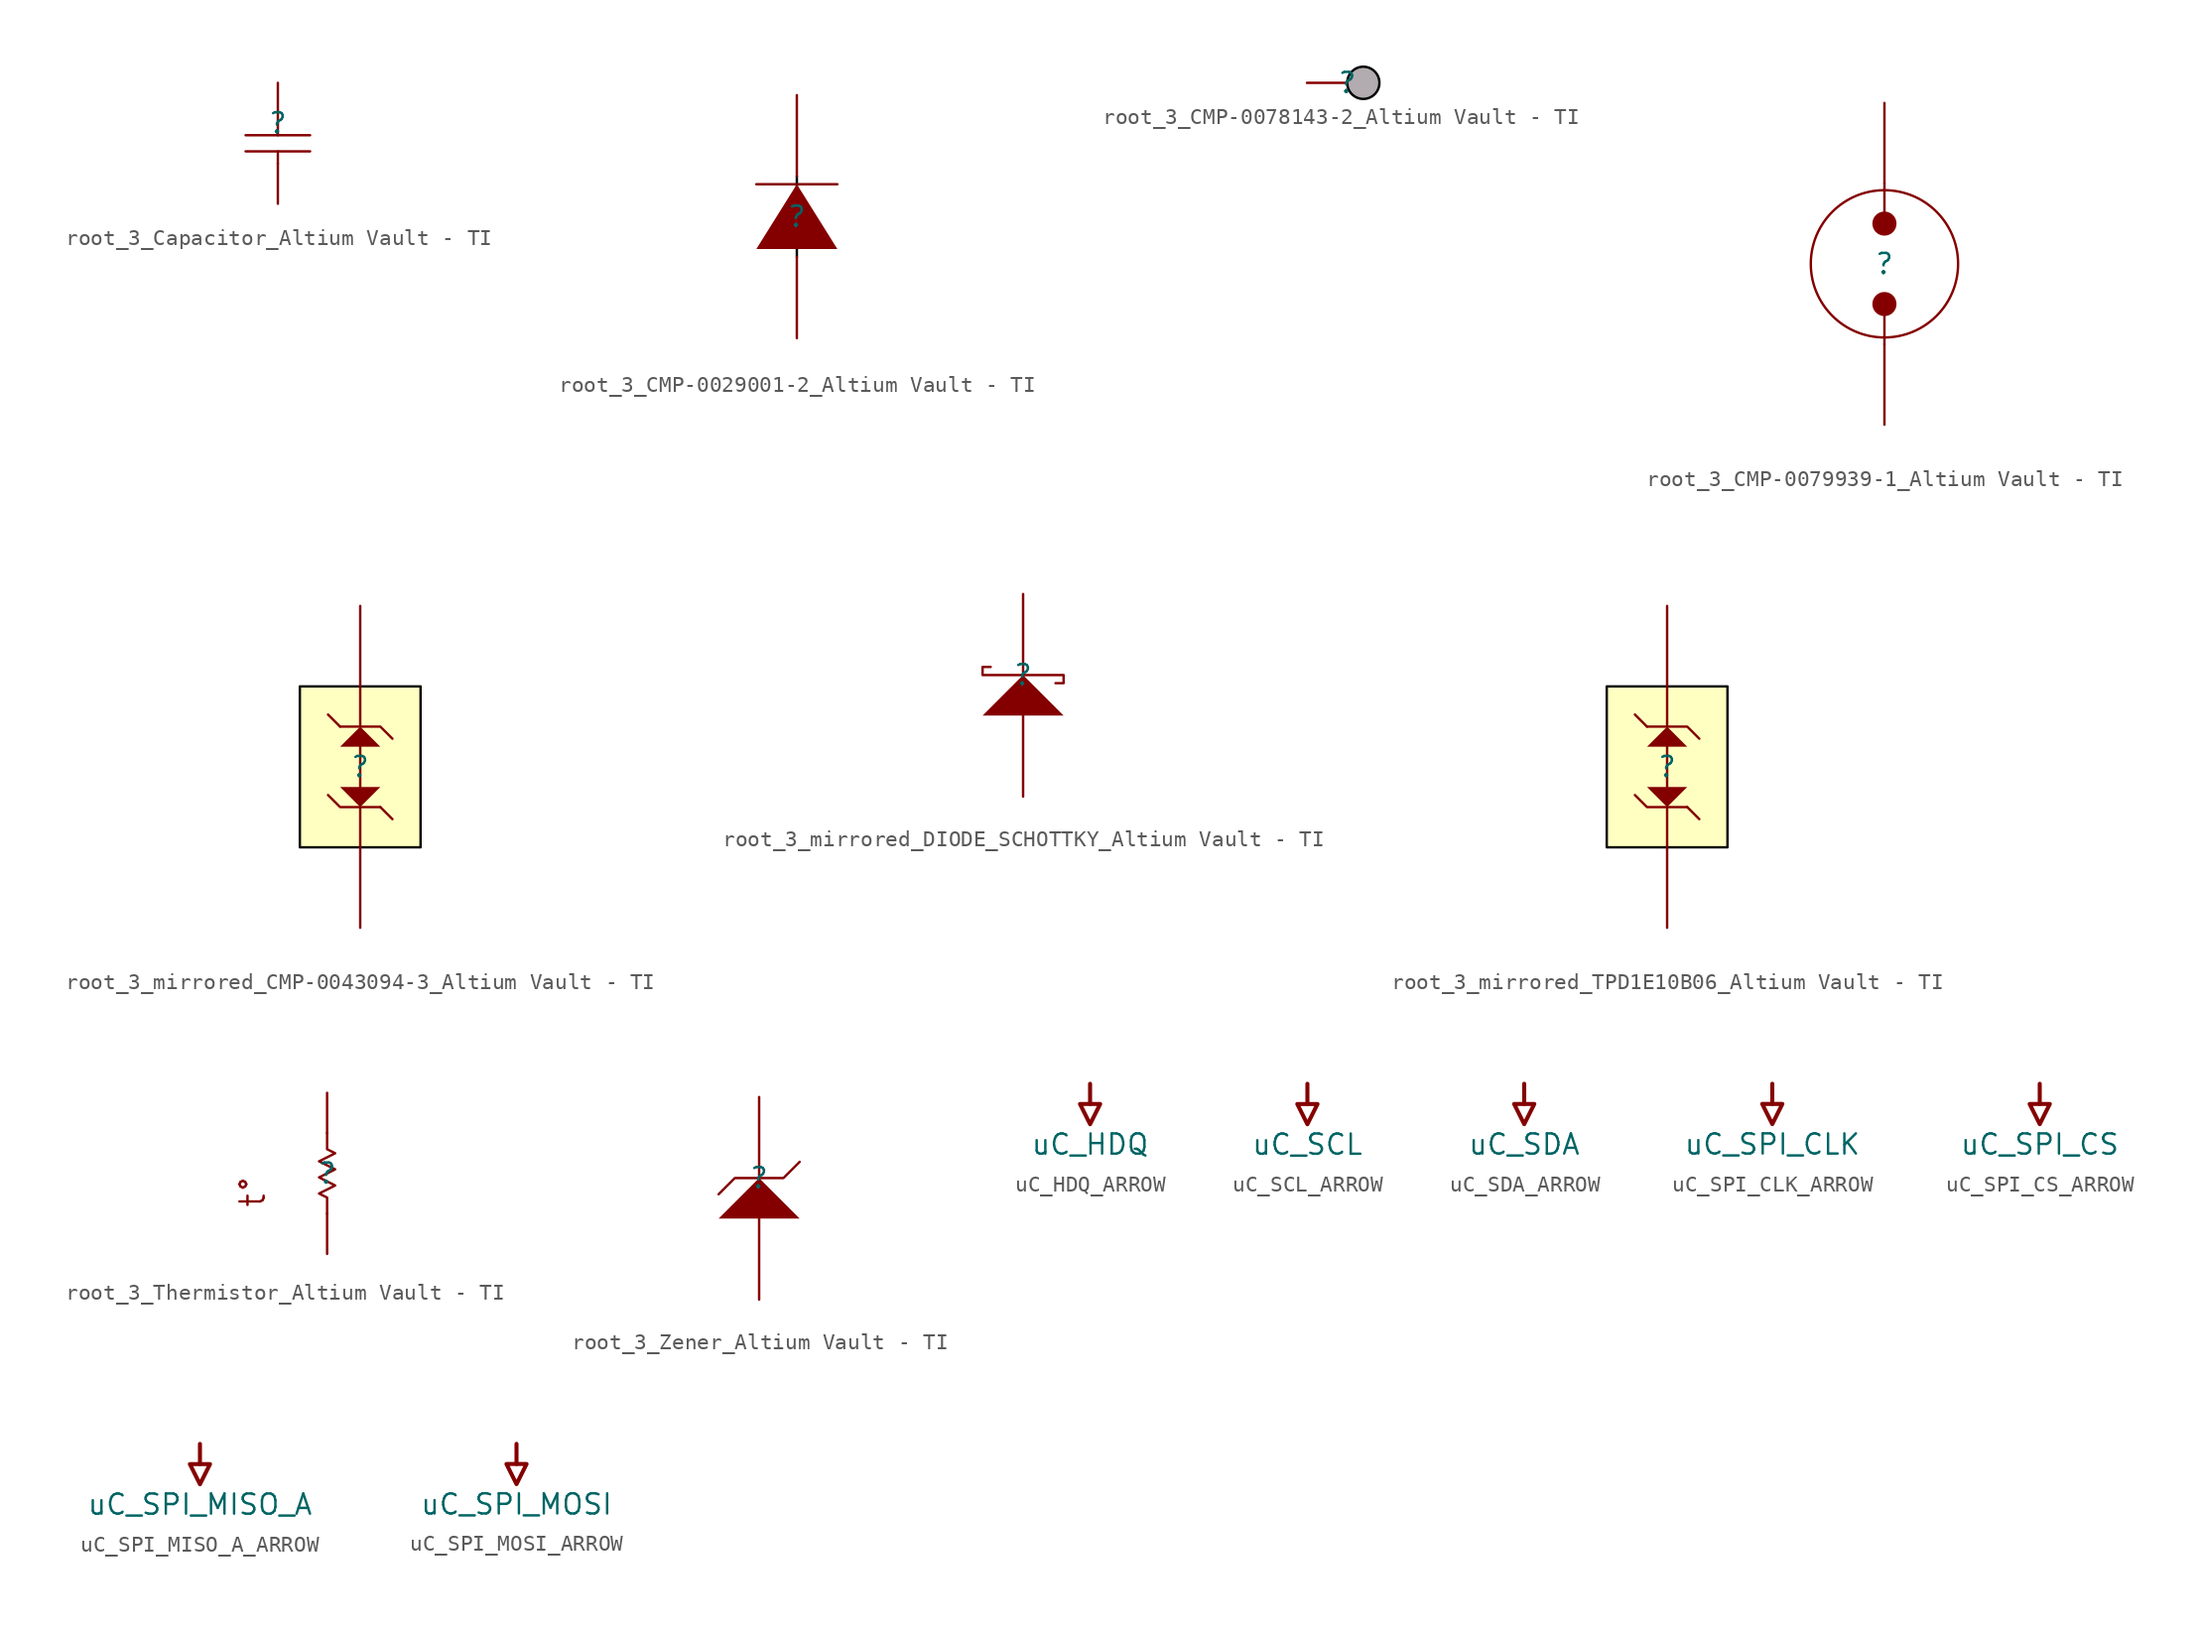
<source format=kicad_sym>
(kicad_symbol_lib
  (version 20241209)
  (generator "kicad_symbol_editor")
  (generator_version "9.0")
  (symbol "root_3_Capacitor_Altium Vault - TI"
    (pin_numbers
      (hide yes))
    (pin_names
      (hide yes))
    (property "Reference" ""
      (at 0 0 0)
      (effects (font (size 1.27 1.27))))
    (property "Value" ""
      (at 0 0 0)
      (effects (font (size 1.27 1.27))))
    (symbol "root_3_Capacitor_Altium Vault - TI_1_0"
      (polyline (pts (xy 0 0) (xy 0 -0.762)) (stroke (width 0) (type solid)) (fill (type none)))
      (polyline (pts (xy 0 -2.54) (xy 0 -1.778)) (stroke (width 0) (type solid)) (fill (type none)))
      (polyline (pts (xy 2.032 -0.762) (xy -2.032 -0.762)) (stroke (width 0) (type solid)) (fill (type none)))
      (polyline (pts (xy 2.032 -1.778) (xy -2.032 -1.778)) (stroke (width 0) (type solid)) (fill (type none)))
      (pin passive line (at 0 2.54 270) (length 2.54) (name "2" (effects (font (size 1.27 1.27)))) (number "2" (effects (font (size 1.27 1.27)))))
      (pin passive line (at 0 -5.08 90) (length 2.54) (name "1" (effects (font (size 1.27 1.27)))) (number "1" (effects (font (size 1.27 1.27)))))))
  (symbol "root_3_CMP-0029001-2_Altium Vault - TI"
    (pin_numbers
      (hide yes))
    (pin_names
      (hide yes))
    (property "Reference" ""
      (at 0 0 0)
      (effects (font (size 1.27 1.27))))
    (property "Value" ""
      (at 0 0 0)
      (effects (font (size 1.27 1.27))))
    (symbol "root_3_CMP-0029001-2_Altium Vault - TI_1_0"
      (polyline (pts (xy 0 2.54) (xy 0 -2.54)) (stroke (width 0) (type solid) (color 0 0 0 1)) (fill (type none)))
      (polyline (pts (xy 2.54 2.032) (xy -2.54 2.032)) (stroke (width 0) (type solid)) (fill (type none)))
      (polyline (pts (xy 2.54 -2.032) (xy 0 2.032) (xy -2.54 -2.032) (xy 2.54 -2.032)) (stroke (width -0.0001) (type solid)) (fill (type outline)))
      (pin passive line (at 0 7.62 270) (length 5.08) (name "K" (effects (font (size 1.27 1.27)))) (number "1" (effects (font (size 1.27 1.27)))))
      (pin passive line (at 0 -7.62 90) (length 5.08) (name "A" (effects (font (size 1.27 1.27)))) (number "2" (effects (font (size 1.27 1.27)))))))
  (symbol "root_3_CMP-0078143-2_Altium Vault - TI"
    (pin_numbers
      (hide yes))
    (pin_names
      (hide yes))
    (property "Reference" ""
      (at 0 0 0)
      (effects (font (size 1.27 1.27))))
    (property "Value" ""
      (at 0 0 0)
      (effects (font (size 1.27 1.27))))
    (symbol "root_3_CMP-0078143-2_Altium Vault - TI_1_0"
      (circle (center 1.016 0) (radius 1.016) (stroke (width 0) (type solid) (color 0 0 0 1)) (fill (type color) (color 178 172 176 1)))
      (pin passive line (at -2.54 0 0) (length 2.54) (name "" (effects (font (size 1.27 1.27)))) (number "1" (effects (font (size 1.27 1.27)))))))
  (symbol "root_3_CMP-0079939-1_Altium Vault - TI"
    (pin_numbers
      (hide yes))
    (pin_names
      (hide yes))
    (property "Reference" ""
      (at 0 0 0)
      (effects (font (size 1.27 1.27))))
    (property "Value" ""
      (at 0 0 0)
      (effects (font (size 1.27 1.27))))
    (symbol "root_3_CMP-0079939-1_Altium Vault - TI_1_0"
      (polyline (pts (xy 0 5.08) (xy 0 2.54)) (stroke (width 0) (type solid)) (fill (type none)))
      (circle (center 0 2.54) (radius 0.762) (stroke (width -0.0001) (type solid)) (fill (type outline)))
      (circle (center 0 0) (radius 4.649) (stroke (width 0) (type solid)) (fill (type none)))
      (polyline (pts (xy 0 -2.54) (xy 0 -5.08)) (stroke (width 0) (type solid)) (fill (type none)))
      (circle (center 0 -2.54) (radius 0.762) (stroke (width -0.0001) (type solid)) (fill (type outline)))
      (pin passive line (at 0 10.16 270) (length 5.08) (name "1" (effects (font (size 1.27 1.27)))) (number "1" (effects (font (size 1.27 1.27)))))
      (pin passive line (at 0 -10.16 90) (length 5.08) (name "2" (effects (font (size 1.27 1.27)))) (number "2" (effects (font (size 1.27 1.27)))))))
  (symbol "root_3_mirrored_CMP-0043094-3_Altium Vault - TI"
    (pin_numbers
      (hide yes))
    (pin_names
      (hide yes))
    (property "Reference" ""
      (at 0 0 0)
      (effects (font (size 1.27 1.27))))
    (property "Value" ""
      (at 0 0 0)
      (effects (font (size 1.27 1.27))))
    (symbol "root_3_mirrored_CMP-0043094-3_Altium Vault - TI_1_0"
      (polyline (pts (xy -1.27 2.54) (xy -2.032 3.302)) (stroke (width 0) (type solid)) (fill (type none)))
      (polyline (pts (xy -1.27 2.54) (xy 1.27 2.54) (xy 2.032 1.778)) (stroke (width 0) (type solid)) (fill (type none)))
      (polyline (pts (xy 0 2.54) (xy 0 5.08)) (stroke (width 0) (type solid)) (fill (type none)))
      (polyline (pts (xy 0 2.54) (xy -1.27 1.27) (xy 1.27 1.27) (xy 0 2.54)) (stroke (width -0.0001) (type solid)) (fill (type outline)))
      (polyline (pts (xy 0 -1.27) (xy 0 1.524)) (stroke (width 0) (type solid)) (fill (type none)))
      (polyline (pts (xy 0 -2.54) (xy 0 -5.08)) (stroke (width 0) (type solid)) (fill (type none)))
      (polyline (pts (xy 0 -2.54) (xy 1.27 -1.27) (xy -1.27 -1.27) (xy 0 -2.54)) (stroke (width -0.0001) (type solid)) (fill (type outline)))
      (polyline (pts (xy 1.27 -2.54) (xy 2.032 -3.302)) (stroke (width 0) (type solid)) (fill (type none)))
      (polyline (pts (xy 1.27 -2.54) (xy -1.27 -2.54) (xy -2.032 -1.778)) (stroke (width 0) (type solid)) (fill (type none)))
      (rectangle (start 3.81 5.08) (end -3.81 -5.08) (stroke (width 0) (type solid) (color 0 0 0 1)) (fill (type background)))
      (pin passive line (at 0 10.16 270) (length 5.08) (name "K" (effects (font (size 1.27 1.27)))) (number "1" (effects (font (size 1.27 1.27)))))
      (pin passive line (at 0 -10.16 90) (length 5.08) (name "A" (effects (font (size 1.27 1.27)))) (number "2" (effects (font (size 1.27 1.27)))))))
  (symbol "root_3_mirrored_DIODE_SCHOTTKY_Altium Vault - TI"
    (pin_numbers
      (hide yes))
    (pin_names
      (hide yes))
    (property "Reference" ""
      (at 0 0 0)
      (effects (font (size 1.27 1.27))))
    (property "Value" ""
      (at 0 0 0)
      (effects (font (size 1.27 1.27))))
    (symbol "root_3_mirrored_DIODE_SCHOTTKY_Altium Vault - TI_1_0"
      (polyline (pts (xy -2.54 -2.54) (xy 0 0) (xy 2.54 -2.54) (xy -2.54 -2.54)) (stroke (width -0.0001) (type solid)) (fill (type outline)))
      (polyline (pts (xy -2.032 0.508) (xy -2.54 0.508) (xy -2.54 0) (xy 2.54 0) (xy 2.54 -0.508) (xy 2.032 -0.508)) (stroke (width 0) (type solid)) (fill (type none)))
      (pin passive line (at 0 5.08 270) (length 5.08) (name "K" (effects (font (size 1.27 1.27)))) (number "1" (effects (font (size 1.27 1.27)))))
      (pin passive line (at 0 -7.62 90) (length 5.08) (name "A" (effects (font (size 1.27 1.27)))) (number "2" (effects (font (size 1.27 1.27)))))))
  (symbol "root_3_mirrored_TPD1E10B06_Altium Vault - TI"
    (pin_numbers
      (hide yes))
    (pin_names
      (hide yes))
    (property "Reference" ""
      (at 0 0 0)
      (effects (font (size 1.27 1.27))))
    (property "Value" ""
      (at 0 0 0)
      (effects (font (size 1.27 1.27))))
    (symbol "root_3_mirrored_TPD1E10B06_Altium Vault - TI_1_0"
      (polyline (pts (xy -1.27 2.54) (xy -2.032 3.302)) (stroke (width 0) (type solid)) (fill (type none)))
      (polyline (pts (xy -1.27 2.54) (xy 1.27 2.54) (xy 2.032 1.778)) (stroke (width 0) (type solid)) (fill (type none)))
      (polyline (pts (xy 0 2.54) (xy 0 5.08)) (stroke (width 0) (type solid)) (fill (type none)))
      (polyline (pts (xy 0 2.54) (xy -1.27 1.27) (xy 1.27 1.27) (xy 0 2.54)) (stroke (width -0.0001) (type solid)) (fill (type outline)))
      (polyline (pts (xy 0 -1.27) (xy 0 1.524)) (stroke (width 0) (type solid)) (fill (type none)))
      (polyline (pts (xy 0 -2.54) (xy 0 -5.08)) (stroke (width 0) (type solid)) (fill (type none)))
      (polyline (pts (xy 0 -2.54) (xy 1.27 -1.27) (xy -1.27 -1.27) (xy 0 -2.54)) (stroke (width -0.0001) (type solid)) (fill (type outline)))
      (polyline (pts (xy 1.27 -2.54) (xy 2.032 -3.302)) (stroke (width 0) (type solid)) (fill (type none)))
      (polyline (pts (xy 1.27 -2.54) (xy -1.27 -2.54) (xy -2.032 -1.778)) (stroke (width 0) (type solid)) (fill (type none)))
      (rectangle (start 3.81 5.08) (end -3.81 -5.08) (stroke (width 0) (type solid) (color 0 0 0 1)) (fill (type background)))
      (pin passive line (at 0 10.16 270) (length 5.08) (name "K" (effects (font (size 1.27 1.27)))) (number "1" (effects (font (size 1.27 1.27)))))
      (pin passive line (at 0 -10.16 90) (length 5.08) (name "A" (effects (font (size 1.27 1.27)))) (number "2" (effects (font (size 1.27 1.27)))))))
  (symbol "root_3_Thermistor_Altium Vault - TI"
    (pin_numbers
      (hide yes))
    (pin_names
      (hide yes))
    (property "Reference" ""
      (at 0 0 0)
      (effects (font (size 1.27 1.27))))
    (property "Value" ""
      (at 0 0 0)
      (effects (font (size 1.27 1.27))))
    (symbol "root_3_Thermistor_Altium Vault - TI_1_0"
      (polyline (pts (xy 0 -2.54) (xy 0 -1.524) (xy -0.508 -1.27) (xy 0.508 -0.762) (xy -0.508 -0.254) (xy 0.508 0.254) (xy -0.508 0.762) (xy 0.508 1.27) (xy 0 1.524) (xy 0 2.54)) (stroke (width 0) (type solid)) (fill (type none)))
      (text "t°" (at -3.81 0 900) (effects (font (size 1.524 1.524)) (justify right bottom)))
      (pin passive line (at 0 5.08 270) (length 2.54) (name "1" (effects (font (size 1.27 1.27)))) (number "1" (effects (font (size 1.27 1.27)))))
      (pin passive line (at 0 -5.08 90) (length 2.54) (name "2" (effects (font (size 1.27 1.27)))) (number "2" (effects (font (size 1.27 1.27)))))))
  (symbol "root_3_Zener_Altium Vault - TI"
    (pin_numbers
      (hide yes))
    (pin_names
      (hide yes))
    (property "Reference" ""
      (at 0 0 0)
      (effects (font (size 1.27 1.27))))
    (property "Value" ""
      (at 0 0 0)
      (effects (font (size 1.27 1.27))))
    (symbol "root_3_Zener_Altium Vault - TI_1_0"
      (polyline (pts (xy 2.54 1.016) (xy 1.524 0) (xy -1.524 0) (xy -2.54 -1.016)) (stroke (width 0) (type solid)) (fill (type none)))
      (polyline (pts (xy 2.54 -2.54) (xy 0 0) (xy -2.54 -2.54) (xy 2.54 -2.54)) (stroke (width -0.0001) (type solid)) (fill (type outline)))
      (pin passive line (at 0 5.08 270) (length 5.08) (name "K" (effects (font (size 1.27 1.27)))) (number "1" (effects (font (size 1.27 1.27)))))
      (pin passive line (at 0 -7.62 90) (length 5.08) (name "A" (effects (font (size 1.27 1.27)))) (number "2" (effects (font (size 1.27 1.27)))))))
  (symbol "uC_HDQ_ARROW"
    (power)
    (property "Reference" "#PWR"
      (at 0 0 0)
      (effects (font (size 1.27 1.27)) (hide yes)))
    (property "Value" "uC_HDQ"
      (at 0 -3.81 0)
      (effects (font (size 1.27 1.27))))
    (symbol "uC_HDQ_ARROW_0_0"
      (polyline (pts (xy -0.635 -1.27) (xy 0.635 -1.27) (xy 0 -2.54) (xy -0.635 -1.27)) (stroke (width 0.254) (type solid)) (fill (type none)))
      (polyline (pts (xy 0 0) (xy 0 -1.27)) (stroke (width 0.254) (type solid)) (fill (type none)))
      (pin power_in line (at 0 0 0) (length 0) (hide yes) (name "uC_HDQ" (effects (font (size 1.27 1.27)))) (number "" (effects (font (size 1.27 1.27)))))))
  (symbol "uC_SCL_ARROW"
    (power)
    (property "Reference" "#PWR"
      (at 0 0 0)
      (effects (font (size 1.27 1.27)) (hide yes)))
    (property "Value" "uC_SCL"
      (at 0 -3.81 0)
      (effects (font (size 1.27 1.27))))
    (symbol "uC_SCL_ARROW_0_0"
      (polyline (pts (xy -0.635 -1.27) (xy 0.635 -1.27) (xy 0 -2.54) (xy -0.635 -1.27)) (stroke (width 0.254) (type solid)) (fill (type none)))
      (polyline (pts (xy 0 0) (xy 0 -1.27)) (stroke (width 0.254) (type solid)) (fill (type none)))
      (pin power_in line (at 0 0 0) (length 0) (hide yes) (name "uC_SCL" (effects (font (size 1.27 1.27)))) (number "" (effects (font (size 1.27 1.27)))))))
  (symbol "uC_SDA_ARROW"
    (power)
    (property "Reference" "#PWR"
      (at 0 0 0)
      (effects (font (size 1.27 1.27)) (hide yes)))
    (property "Value" "uC_SDA"
      (at 0 -3.81 0)
      (effects (font (size 1.27 1.27))))
    (symbol "uC_SDA_ARROW_0_0"
      (polyline (pts (xy -0.635 -1.27) (xy 0.635 -1.27) (xy 0 -2.54) (xy -0.635 -1.27)) (stroke (width 0.254) (type solid)) (fill (type none)))
      (polyline (pts (xy 0 0) (xy 0 -1.27)) (stroke (width 0.254) (type solid)) (fill (type none)))
      (pin power_in line (at 0 0 0) (length 0) (hide yes) (name "uC_SDA" (effects (font (size 1.27 1.27)))) (number "" (effects (font (size 1.27 1.27)))))))
  (symbol "uC_SPI_CLK_ARROW"
    (power)
    (property "Reference" "#PWR"
      (at 0 0 0)
      (effects (font (size 1.27 1.27)) (hide yes)))
    (property "Value" "uC_SPI_CLK"
      (at 0 -3.81 0)
      (effects (font (size 1.27 1.27))))
    (symbol "uC_SPI_CLK_ARROW_0_0"
      (polyline (pts (xy -0.635 -1.27) (xy 0.635 -1.27) (xy 0 -2.54) (xy -0.635 -1.27)) (stroke (width 0.254) (type solid)) (fill (type none)))
      (polyline (pts (xy 0 0) (xy 0 -1.27)) (stroke (width 0.254) (type solid)) (fill (type none)))
      (pin power_in line (at 0 0 0) (length 0) (hide yes) (name "uC_SPI_CLK" (effects (font (size 1.27 1.27)))) (number "" (effects (font (size 1.27 1.27)))))))
  (symbol "uC_SPI_CS_ARROW"
    (power)
    (property "Reference" "#PWR"
      (at 0 0 0)
      (effects (font (size 1.27 1.27)) (hide yes)))
    (property "Value" "uC_SPI_CS"
      (at 0 -3.81 0)
      (effects (font (size 1.27 1.27))))
    (symbol "uC_SPI_CS_ARROW_0_0"
      (polyline (pts (xy -0.635 -1.27) (xy 0.635 -1.27) (xy 0 -2.54) (xy -0.635 -1.27)) (stroke (width 0.254) (type solid)) (fill (type none)))
      (polyline (pts (xy 0 0) (xy 0 -1.27)) (stroke (width 0.254) (type solid)) (fill (type none)))
      (pin power_in line (at 0 0 0) (length 0) (hide yes) (name "uC_SPI_CS" (effects (font (size 1.27 1.27)))) (number "" (effects (font (size 1.27 1.27)))))))
  (symbol "uC_SPI_MISO_A_ARROW"
    (power)
    (property "Reference" "#PWR"
      (at 0 0 0)
      (effects (font (size 1.27 1.27)) (hide yes)))
    (property "Value" "uC_SPI_MISO_A"
      (at 0 -3.81 0)
      (effects (font (size 1.27 1.27))))
    (symbol "uC_SPI_MISO_A_ARROW_0_0"
      (polyline (pts (xy -0.635 -1.27) (xy 0.635 -1.27) (xy 0 -2.54) (xy -0.635 -1.27)) (stroke (width 0.254) (type solid)) (fill (type none)))
      (polyline (pts (xy 0 0) (xy 0 -1.27)) (stroke (width 0.254) (type solid)) (fill (type none)))
      (pin power_in line (at 0 0 0) (length 0) (hide yes) (name "uC_SPI_MISO_A" (effects (font (size 1.27 1.27)))) (number "" (effects (font (size 1.27 1.27)))))))
  (symbol "uC_SPI_MOSI_ARROW"
    (power)
    (property "Reference" "#PWR"
      (at 0 0 0)
      (effects (font (size 1.27 1.27)) (hide yes)))
    (property "Value" "uC_SPI_MOSI"
      (at 0 -3.81 0)
      (effects (font (size 1.27 1.27))))
    (symbol "uC_SPI_MOSI_ARROW_0_0"
      (polyline (pts (xy -0.635 -1.27) (xy 0.635 -1.27) (xy 0 -2.54) (xy -0.635 -1.27)) (stroke (width 0.254) (type solid)) (fill (type none)))
      (polyline (pts (xy 0 0) (xy 0 -1.27)) (stroke (width 0.254) (type solid)) (fill (type none)))
      (pin power_in line (at 0 0 0) (length 0) (hide yes) (name "uC_SPI_MOSI" (effects (font (size 1.27 1.27)))) (number "" (effects (font (size 1.27 1.27))))))))
</source>
